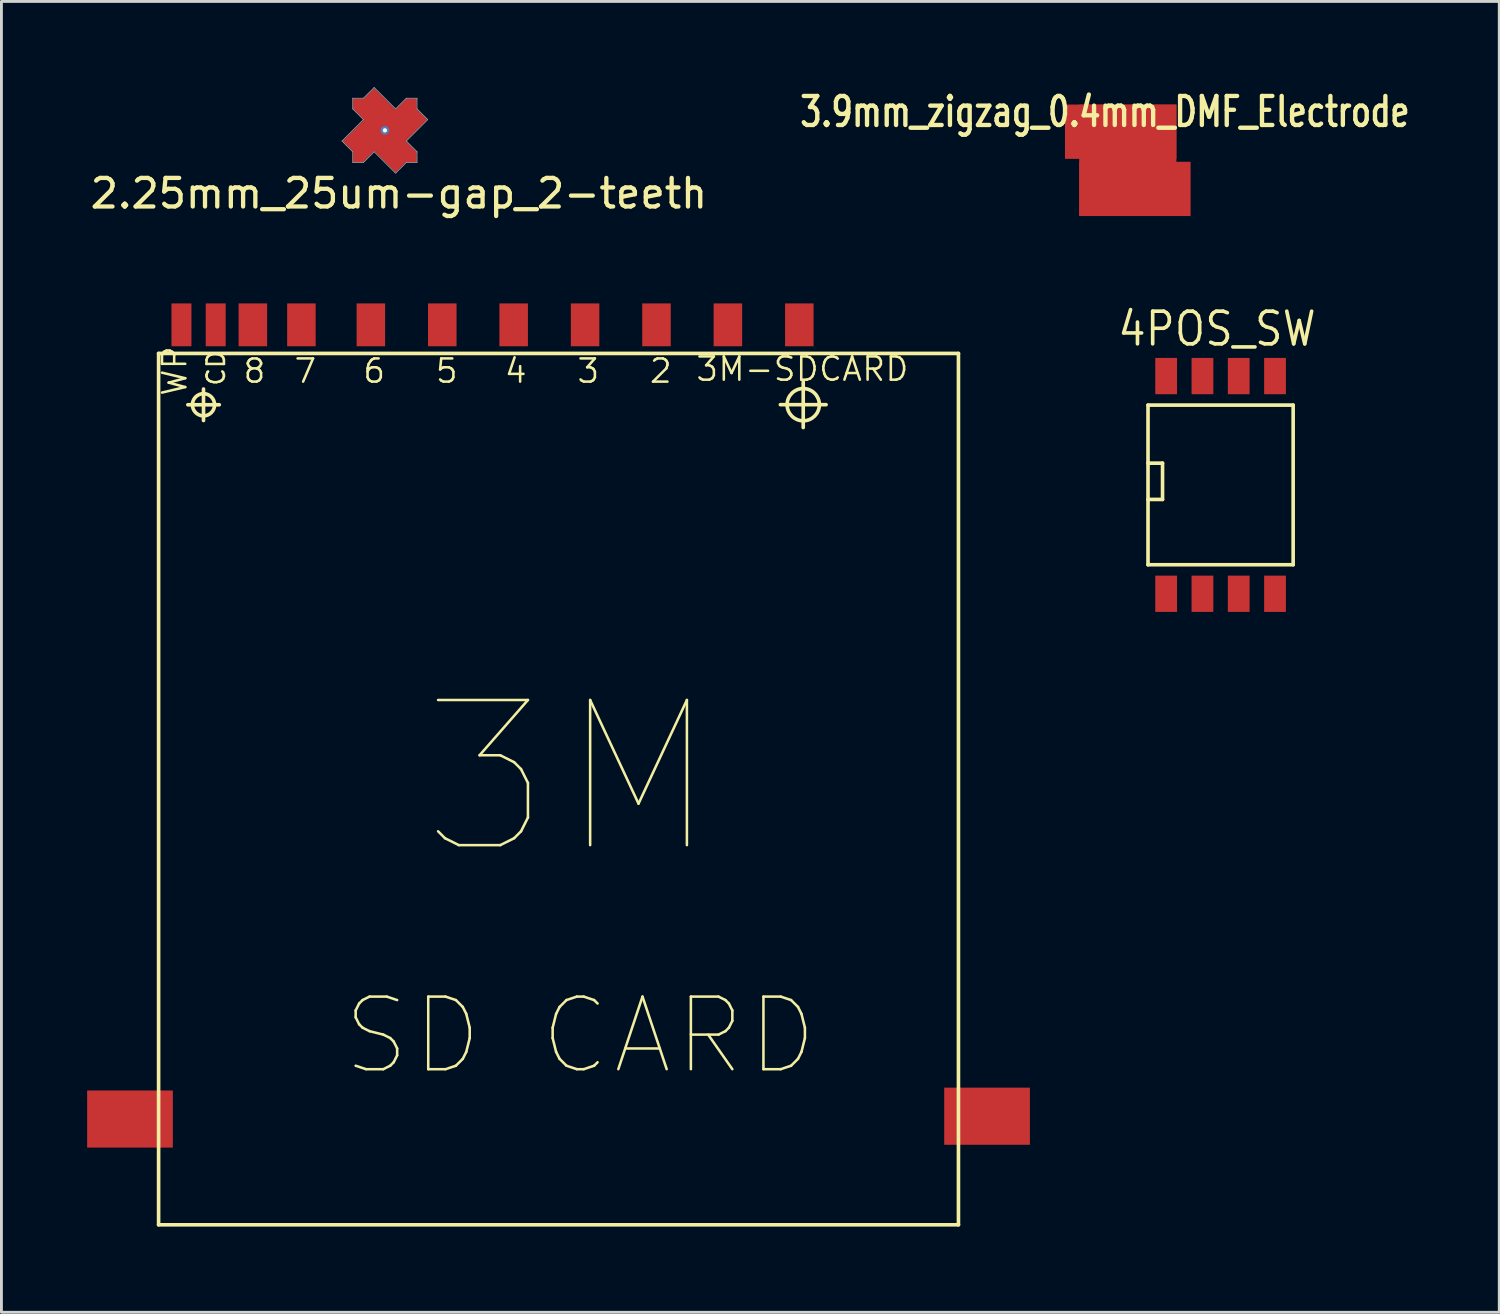
<source format=kicad_pcb>
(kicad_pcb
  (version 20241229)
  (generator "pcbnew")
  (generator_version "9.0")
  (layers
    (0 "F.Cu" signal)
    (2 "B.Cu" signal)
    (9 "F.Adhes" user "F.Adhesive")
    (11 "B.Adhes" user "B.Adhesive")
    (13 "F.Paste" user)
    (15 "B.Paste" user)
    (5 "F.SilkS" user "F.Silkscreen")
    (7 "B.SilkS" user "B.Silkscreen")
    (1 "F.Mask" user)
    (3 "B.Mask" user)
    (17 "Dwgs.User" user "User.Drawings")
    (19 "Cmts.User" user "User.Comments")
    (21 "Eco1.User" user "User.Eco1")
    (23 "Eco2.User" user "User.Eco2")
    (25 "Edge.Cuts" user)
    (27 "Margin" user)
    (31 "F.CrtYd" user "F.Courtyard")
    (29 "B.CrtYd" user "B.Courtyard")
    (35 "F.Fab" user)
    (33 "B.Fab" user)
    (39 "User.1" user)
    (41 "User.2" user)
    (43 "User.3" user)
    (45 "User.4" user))
  (footprint "3.9mm_zigzag_0.4mm_DMF_Electrode"
    (layer "F.Cu")
    (at 36.424 2.561)
    (property "Reference" "3.9mm_zigzag_0.4mm_DMF_Electrode" (at -0.8 -1.699 0) (layer "F.SilkS") (effects (font (size 1.016 0.762) (thickness 0.152))))
    (attr smd)
    (pad "" smd rect (at -0.249 -1.001) (size 3.899 1.9) (layers "F.Cu" "F.Mask"))
    (pad "" smd rect (at 0.249 1.001) (size 3.899 1.9) (layers "F.Cu" "F.Mask"))
    (pad "1" smd rect (at 0 0) (size 3.401 3.899) (layers "F.Cu" "F.Mask")))
  (footprint "4POS_SW"
    (layer "F.Cu")
    (at 39.672 13.923)
    (property "Reference" "4POS_SW" (at -0.127 -5.461 0) (layer "F.SilkS") (effects (font (size 1.143 1.016) (thickness 0.127))))
    (attr smd)
    (fp_line (start -2.54 -2.794) (end -2.54 2.794) (stroke (width 0.127) (type solid)) (layer "F.SilkS"))
    (fp_line (start -2.54 -2.794) (end 2.54 -2.794) (stroke (width 0.127) (type solid)) (layer "F.SilkS"))
    (fp_line (start -2.54 -0.762) (end -2.032 -0.762) (stroke (width 0.127) (type solid)) (layer "F.SilkS"))
    (fp_line (start -2.032 -0.762) (end -2.032 0.508) (stroke (width 0.127) (type solid)) (layer "F.SilkS"))
    (fp_line (start -2.032 0.508) (end -2.54 0.508) (stroke (width 0.127) (type solid)) (layer "F.SilkS"))
    (fp_line (start 2.54 -2.794) (end 2.54 2.794) (stroke (width 0.127) (type solid)) (layer "F.SilkS"))
    (fp_line (start 2.54 2.794) (end -2.54 2.794) (stroke (width 0.127) (type solid)) (layer "F.SilkS"))
    (pad "1" smd rect (at -1.905 3.81) (size 0.762 1.27) (layers "F.Cu" "F.Mask" "F.Paste"))
    (pad "2" smd rect (at -0.635 3.81) (size 0.762 1.27) (layers "F.Cu" "F.Mask" "F.Paste"))
    (pad "3" smd rect (at 0.635 3.81) (size 0.762 1.27) (layers "F.Cu" "F.Mask" "F.Paste"))
    (pad "4" smd rect (at 1.905 3.81) (size 0.762 1.27) (layers "F.Cu" "F.Mask" "F.Paste"))
    (pad "5" smd rect (at 1.905 -3.81) (size 0.762 1.27) (layers "F.Cu" "F.Mask" "F.Paste"))
    (pad "6" smd rect (at 0.635 -3.81) (size 0.762 1.27) (layers "F.Cu" "F.Mask" "F.Paste"))
    (pad "7" smd rect (at -0.635 -3.81) (size 0.762 1.27) (layers "F.Cu" "F.Mask" "F.Paste"))
    (pad "8" smd rect (at -1.905 -3.81) (size 0.762 1.27) (layers "F.Cu" "F.Mask" "F.Paste")))
  (footprint "3M-SDCARD"
    (layer "F.Cu")
    (at 16.499 24.82)
    (property "Reference" "3M-SDCARD" (at 8.534 -14.953 0) (layer "F.SilkS") (effects (font (size 0.813 0.813) (thickness 0.089))))
    (attr smd)
    (fp_line (start -13.998 -15.499) (end -13.998 14.999) (stroke (width 0.127) (type solid)) (layer "F.SilkS"))
    (fp_line (start -13.998 14.999) (end 13.998 14.999) (stroke (width 0.127) (type solid)) (layer "F.SilkS"))
    (fp_line (start -12.974 -13.703) (end -11.874 -13.703) (stroke (width 0.127) (type solid)) (layer "F.SilkS"))
    (fp_line (start -12.426 -13.152) (end -12.426 -14.254) (stroke (width 0.127) (type solid)) (layer "F.SilkS"))
    (fp_line (start 7.765 -13.706) (end 9.365 -13.706) (stroke (width 0.127) (type solid)) (layer "F.SilkS"))
    (fp_line (start 8.565 -12.906) (end 8.565 -14.506) (stroke (width 0.127) (type solid)) (layer "F.SilkS"))
    (fp_line (start 13.998 -15.499) (end -13.998 -15.499) (stroke (width 0.127) (type solid)) (layer "F.SilkS"))
    (fp_line (start 13.998 14.999) (end 13.998 -15.499) (stroke (width 0.127) (type solid)) (layer "F.SilkS"))
    (fp_circle (center -12.426 -13.703) (end -12.7 -13.978) (stroke (width 0.127) (type solid)) (fill no) (layer "F.SilkS"))
    (fp_circle (center 8.565 -13.706) (end 8.964 -14.105) (stroke (width 0.127) (type solid)) (fill no) (layer "F.SilkS"))
    (fp_text user "4" (at -1.499 -14.884 0) (layer "F.SilkS") (effects (font (size 0.813 0.813) (thickness 0.089))))
    (fp_text user "6" (at -6.452 -14.884 0) (layer "F.SilkS") (effects (font (size 0.813 0.813) (thickness 0.089))))
    (fp_text user "5" (at -3.912 -14.884 0) (layer "F.SilkS") (effects (font (size 0.813 0.813) (thickness 0.089))))
    (fp_text user "3" (at 1.041 -14.884 0) (layer "F.SilkS") (effects (font (size 0.813 0.813) (thickness 0.089))))
    (fp_text user "3M" (at 0.381 -0.635 0) (layer "F.SilkS") (effects (font (size 5.08 5.08) (thickness 0.089))))
    (fp_text user "2" (at 3.579 -14.884 0) (layer "F.SilkS") (effects (font (size 0.813 0.813) (thickness 0.089))))
    (fp_text user "SD CARD" (at 0.762 8.382 0) (layer "F.SilkS") (effects (font (size 2.54 2.54) (thickness 0.089))))
    (fp_text user "7" (at -8.862 -14.884 0) (layer "F.SilkS") (effects (font (size 0.813 0.813) (thickness 0.089))))
    (fp_text user "8" (at -10.643 -14.884 0) (layer "F.SilkS") (effects (font (size 0.813 0.813) (thickness 0.089))))
    (fp_text user "WP" (at -13.437 -14.884 90) (layer "F.SilkS") (effects (font (size 0.813 0.813) (thickness 0.089))))
    (fp_text user "CD" (at -11.989 -14.986 90) (layer "F.SilkS") (effects (font (size 0.61 0.61) (thickness 0.089))))
    (pad "1" smd rect (at 5.928 -16.5) (size 0.998 1.499) (layers "F.Cu" "F.Mask" "F.Paste"))
    (pad "2" smd rect (at 3.429 -16.5) (size 0.998 1.499) (layers "F.Cu" "F.Mask" "F.Paste"))
    (pad "3" smd rect (at 0.93 -16.5) (size 0.998 1.499) (layers "F.Cu" "F.Mask" "F.Paste"))
    (pad "4" smd rect (at -1.57 -16.5) (size 0.998 1.499) (layers "F.Cu" "F.Mask" "F.Paste"))
    (pad "5" smd rect (at -4.069 -16.5) (size 0.998 1.499) (layers "F.Cu" "F.Mask" "F.Paste"))
    (pad "6" smd rect (at -6.568 -16.5) (size 0.998 1.499) (layers "F.Cu" "F.Mask" "F.Paste"))
    (pad "7" smd rect (at -8.999 -16.5) (size 0.998 1.499) (layers "F.Cu" "F.Mask" "F.Paste"))
    (pad "8" smd rect (at -10.698 -16.5) (size 0.998 1.499) (layers "F.Cu" "F.Mask" "F.Paste"))
    (pad "9" smd rect (at 8.428 -16.5) (size 0.998 1.499) (layers "F.Cu" "F.Mask" "F.Paste"))
    (pad "CD" smd rect (at -11.999 -16.5) (size 0.699 1.499) (layers "F.Cu" "F.Mask" "F.Paste"))
    (pad "GND1" smd rect (at -14.999 11.298) (size 3 1.999) (layers "F.Cu" "F.Mask" "F.Paste"))
    (pad "GND2" smd rect (at 14.999 11.199) (size 3 1.999) (layers "F.Cu" "F.Mask" "F.Paste"))
    (pad "WP" smd rect (at -13.198 -16.5) (size 0.699 1.499) (layers "F.Cu" "F.Mask" "F.Paste")))
  (footprint "2.25mm_25um-gap_2-teeth"
    (layer "F.Cu")
    (at 10.421 1.512)
    (property "Reference" "2.25mm_25um-gap_2-teeth" (at 0.49 2.21 0) (layer "F.SilkS") (effects (font (size 1 1) (thickness 0.15))))
    (attr through_hole)
    (fp_line (start -1.425 0.375) (end -0.675 -0.375) (stroke (width 0.075) (type solid)) (layer "F.Cu"))
    (fp_line (start -1.075 -1.075) (end -0.725 -1.075) (stroke (width 0.075) (type solid)) (layer "F.Cu"))
    (fp_line (start -1.075 -0.775) (end -1.075 -1.075) (stroke (width 0.075) (type solid)) (layer "F.Cu"))
    (fp_line (start -1.075 0.525) (end -1.075 0.225) (stroke (width 0.2) (type solid)) (layer "F.Cu"))
    (fp_line (start -1.075 0.725) (end -1.425 0.375) (stroke (width 0.075) (type solid)) (layer "F.Cu"))
    (fp_line (start -1.075 1.075) (end -1.075 0.725) (stroke (width 0.075) (type solid)) (layer "F.Cu"))
    (fp_line (start -1.025 1.05) (end -1.025 0.975) (stroke (width 0.1) (type solid)) (layer "F.Cu"))
    (fp_line (start -1 -0.975) (end -0.775 -0.975) (stroke (width 0.2) (type solid)) (layer "F.Cu"))
    (fp_line (start -0.925 -0.825) (end -0.425 -0.325) (stroke (width 0.3) (type solid)) (layer "F.Cu"))
    (fp_line (start -0.9 -0.025) (end -1.3 0.375) (stroke (width 0.2) (type solid)) (layer "F.Cu"))
    (fp_line (start -0.9 0.75) (end -1.3 0.375) (stroke (width 0.2) (type solid)) (layer "F.Cu"))
    (fp_line (start -0.9 0.75) (end -0.9 -0.025) (stroke (width 0.2) (type solid)) (layer "F.Cu"))
    (fp_line (start -0.825 0.925) (end -0.325 0.425) (stroke (width 0.3) (type solid)) (layer "F.Cu"))
    (fp_line (start -0.775 1.075) (end -1.075 1.075) (stroke (width 0.075) (type solid)) (layer "F.Cu"))
    (fp_line (start -0.75 -0.9) (end -0.375 -1.3) (stroke (width 0.2) (type solid)) (layer "F.Cu"))
    (fp_line (start -0.75 -0.9) (end 0.025 -0.9) (stroke (width 0.2) (type solid)) (layer "F.Cu"))
    (fp_line (start -0.725 -1.075) (end -0.375 -1.425) (stroke (width 0.075) (type solid)) (layer "F.Cu"))
    (fp_line (start -0.675 -0.375) (end -1.075 -0.775) (stroke (width 0.075) (type solid)) (layer "F.Cu"))
    (fp_line (start -0.55 -0.25) (end -0.85 0.05) (stroke (width 0.3) (type solid)) (layer "F.Cu"))
    (fp_line (start -0.525 -1.075) (end -0.225 -1.075) (stroke (width 0.2) (type solid)) (layer "F.Cu"))
    (fp_line (start -0.425 -0.3) (end 0.35 -0.3) (stroke (width 0.3) (type solid)) (layer "F.Cu"))
    (fp_line (start -0.375 -1.425) (end 0.375 -0.675) (stroke (width 0.075) (type solid)) (layer "F.Cu"))
    (fp_line (start -0.375 -0.075) (end -0.85 0.4) (stroke (width 0.4) (type solid)) (layer "F.Cu"))
    (fp_line (start -0.375 0.675) (end -0.775 1.075) (stroke (width 0.075) (type solid)) (layer "F.Cu"))
    (fp_line (start -0.25 0.25) (end -0.875 0.875) (stroke (width 0.4) (type solid)) (layer "F.Cu"))
    (fp_line (start -0.25 0.55) (end 0.05 0.85) (stroke (width 0.3) (type solid)) (layer "F.Cu"))
    (fp_line (start -0.225 0.1) (end 0.05 0.2) (stroke (width 0.15) (type solid)) (layer "F.Cu"))
    (fp_line (start -0.125 -0.2) (end -0.225 0.1) (stroke (width 0.15) (type solid)) (layer "F.Cu"))
    (fp_line (start -0.025 0.9) (end 0.375 1.3) (stroke (width 0.2) (type solid)) (layer "F.Cu"))
    (fp_line (start 0 -0.35) (end -0.55 -0.9) (stroke (width 0.4) (type solid)) (layer "F.Cu"))
    (fp_line (start 0 0.35) (end 0.55 0.9) (stroke (width 0.4) (type solid)) (layer "F.Cu"))
    (fp_line (start 0.025 -0.9) (end -0.375 -1.3) (stroke (width 0.2) (type solid)) (layer "F.Cu"))
    (fp_line (start 0.05 0.2) (end 0.225 0.05) (stroke (width 0.15) (type solid)) (layer "F.Cu"))
    (fp_line (start 0.15 -0.175) (end -0.125 -0.2) (stroke (width 0.15) (type solid)) (layer "F.Cu"))
    (fp_line (start 0.225 0.05) (end 0.15 -0.175) (stroke (width 0.15) (type solid)) (layer "F.Cu"))
    (fp_line (start 0.25 -0.55) (end -0.05 -0.85) (stroke (width 0.3) (type solid)) (layer "F.Cu"))
    (fp_line (start 0.25 -0.25) (end 0.875 -0.875) (stroke (width 0.4) (type solid)) (layer "F.Cu"))
    (fp_line (start 0.375 -0.675) (end 0.775 -1.075) (stroke (width 0.075) (type solid)) (layer "F.Cu"))
    (fp_line (start 0.375 0.075) (end 0.85 -0.4) (stroke (width 0.4) (type solid)) (layer "F.Cu"))
    (fp_line (start 0.375 1.425) (end -0.375 0.675) (stroke (width 0.075) (type solid)) (layer "F.Cu"))
    (fp_line (start 0.425 0.3) (end -0.35 0.3) (stroke (width 0.3) (type solid)) (layer "F.Cu"))
    (fp_line (start 0.525 1.075) (end 0.225 1.075) (stroke (width 0.2) (type solid)) (layer "F.Cu"))
    (fp_line (start 0.55 0.25) (end 0.85 -0.05) (stroke (width 0.3) (type solid)) (layer "F.Cu"))
    (fp_line (start 0.675 0.375) (end 1.075 0.775) (stroke (width 0.075) (type solid)) (layer "F.Cu"))
    (fp_line (start 0.725 1.075) (end 0.375 1.425) (stroke (width 0.075) (type solid)) (layer "F.Cu"))
    (fp_line (start 0.75 0.9) (end -0.025 0.9) (stroke (width 0.2) (type solid)) (layer "F.Cu"))
    (fp_line (start 0.75 0.9) (end 0.375 1.3) (stroke (width 0.2) (type solid)) (layer "F.Cu"))
    (fp_line (start 0.775 -1.075) (end 1.075 -1.075) (stroke (width 0.075) (type solid)) (layer "F.Cu"))
    (fp_line (start 0.825 -0.925) (end 0.325 -0.425) (stroke (width 0.3) (type solid)) (layer "F.Cu"))
    (fp_line (start 0.9 -0.75) (end 0.9 0.025) (stroke (width 0.2) (type solid)) (layer "F.Cu"))
    (fp_line (start 0.9 -0.75) (end 1.3 -0.375) (stroke (width 0.2) (type solid)) (layer "F.Cu"))
    (fp_line (start 0.9 0.025) (end 1.3 -0.375) (stroke (width 0.2) (type solid)) (layer "F.Cu"))
    (fp_line (start 0.925 0.825) (end 0.425 0.325) (stroke (width 0.3) (type solid)) (layer "F.Cu"))
    (fp_line (start 1 0.975) (end 0.775 0.975) (stroke (width 0.2) (type solid)) (layer "F.Cu"))
    (fp_line (start 1.025 -1.05) (end 1.025 -0.975) (stroke (width 0.1) (type solid)) (layer "F.Cu"))
    (fp_line (start 1.075 -1.075) (end 1.075 -0.725) (stroke (width 0.075) (type solid)) (layer "F.Cu"))
    (fp_line (start 1.075 -0.725) (end 1.425 -0.375) (stroke (width 0.075) (type solid)) (layer "F.Cu"))
    (fp_line (start 1.075 -0.525) (end 1.075 -0.225) (stroke (width 0.2) (type solid)) (layer "F.Cu"))
    (fp_line (start 1.075 0.775) (end 1.075 1.075) (stroke (width 0.075) (type solid)) (layer "F.Cu"))
    (fp_line (start 1.075 1.075) (end 0.725 1.075) (stroke (width 0.075) (type solid)) (layer "F.Cu"))
    (fp_line (start 1.425 -0.375) (end 0.675 0.375) (stroke (width 0.075) (type solid)) (layer "F.Cu"))
    (fp_line (start -1.5 0.375) (end -1.125 0.75) (stroke (width 0.025) (type solid)) (layer "F.Fab"))
    (fp_line (start -1.125 -1.125) (end -1.125 -0.75) (stroke (width 0.025) (type solid)) (layer "F.Fab"))
    (fp_line (start -1.125 -1.125) (end -0.75 -1.125) (stroke (width 0.025) (type solid)) (layer "F.Fab"))
    (fp_line (start -1.125 -0.75) (end -0.75 -0.375) (stroke (width 0.025) (type solid)) (layer "F.Fab"))
    (fp_line (start -1.125 0.75) (end -1.125 1.125) (stroke (width 0.025) (type solid)) (layer "F.Fab"))
    (fp_line (start -0.75 -1.125) (end -0.375 -1.5) (stroke (width 0.025) (type solid)) (layer "F.Fab"))
    (fp_line (start -0.75 -0.375) (end -1.5 0.375) (stroke (width 0.025) (type solid)) (layer "F.Fab"))
    (fp_line (start -0.75 1.125) (end -1.125 1.125) (stroke (width 0.025) (type solid)) (layer "F.Fab"))
    (fp_line (start -0.375 -1.5) (end 0.375 -0.75) (stroke (width 0.025) (type solid)) (layer "F.Fab"))
    (fp_line (start -0.375 0.75) (end -0.75 1.125) (stroke (width 0.025) (type solid)) (layer "F.Fab"))
    (fp_line (start 0.375 -0.75) (end 0.75 -1.125) (stroke (width 0.025) (type solid)) (layer "F.Fab"))
    (fp_line (start 0.375 1.5) (end -0.375 0.75) (stroke (width 0.025) (type solid)) (layer "F.Fab"))
    (fp_line (start 0.75 -1.125) (end 1.125 -1.125) (stroke (width 0.025) (type solid)) (layer "F.Fab"))
    (fp_line (start 0.75 0.375) (end 1.5 -0.375) (stroke (width 0.025) (type solid)) (layer "F.Fab"))
    (fp_line (start 0.75 1.125) (end 0.375 1.5) (stroke (width 0.025) (type solid)) (layer "F.Fab"))
    (fp_line (start 1.125 -0.75) (end 1.125 -1.125) (stroke (width 0.025) (type solid)) (layer "F.Fab"))
    (fp_line (start 1.125 0.75) (end 0.75 0.375) (stroke (width 0.025) (type solid)) (layer "F.Fab"))
    (fp_line (start 1.125 1.125) (end 0.75 1.125) (stroke (width 0.025) (type solid)) (layer "F.Fab"))
    (fp_line (start 1.125 1.125) (end 1.125 0.75) (stroke (width 0.025) (type solid)) (layer "F.Fab"))
    (fp_line (start 1.5 -0.375) (end 1.125 -0.75) (stroke (width 0.025) (type solid)) (layer "F.Fab"))
    (pad "1" thru_hole circle (at 0 0) (size 0.3 0.3) (drill 0.15) (layers "*.Cu" "B.Mask")))
  (gr_rect
    (start -3 -3)
    (end 49.426 42.882)
    (stroke (width 0.1) (type default))
    (fill no)
    (layer "Edge.Cuts")))
</source>
